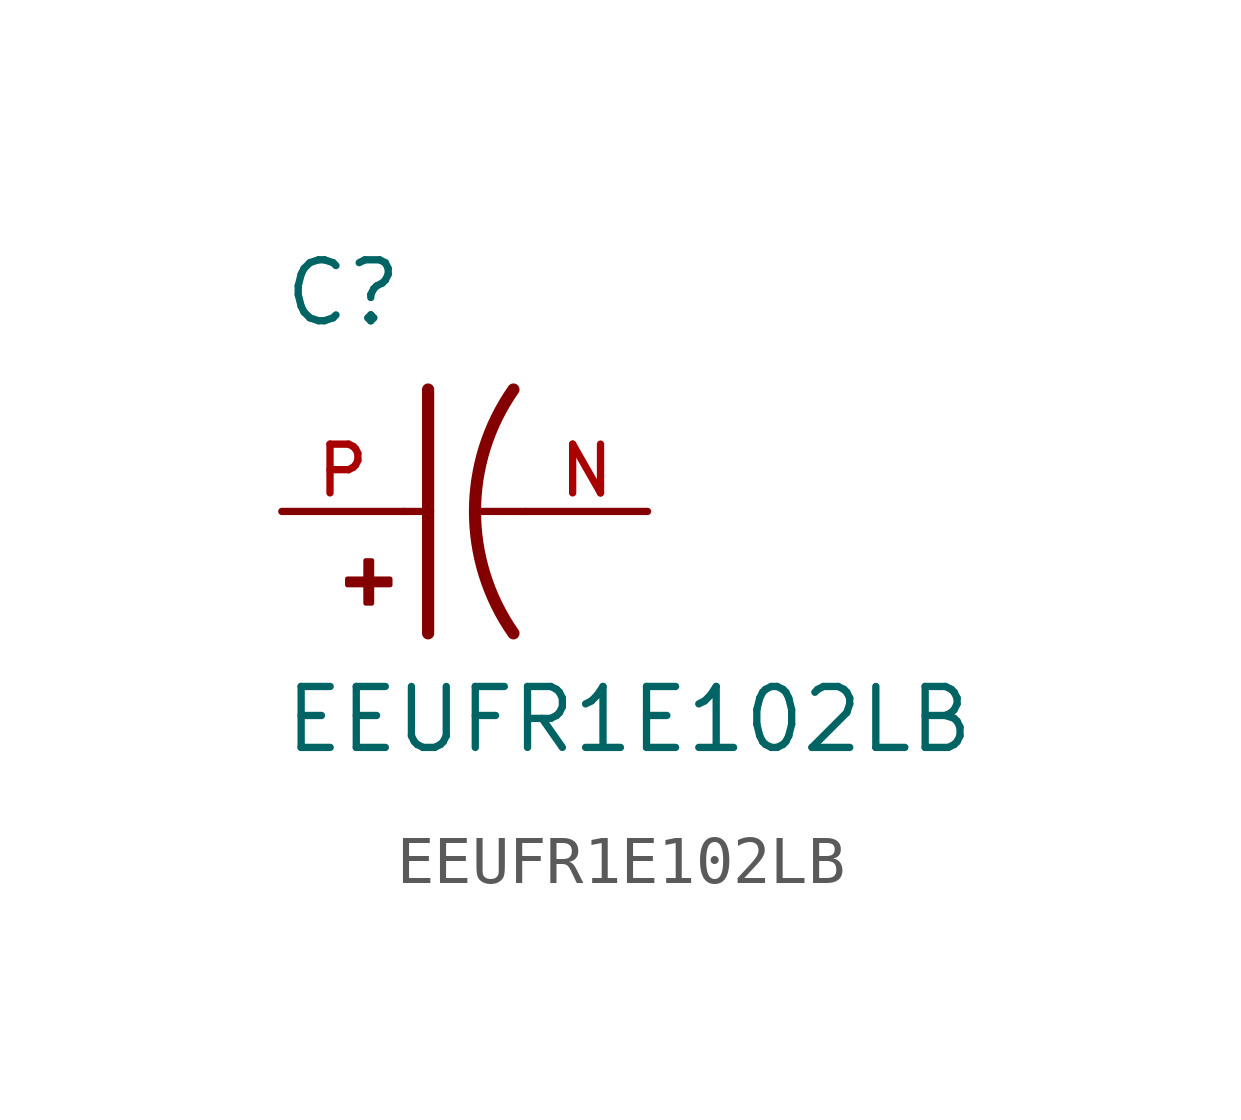
<source format=kicad_sym>
(kicad_symbol_lib
  (version 20211014)
  (generator kicad_symbol_editor)
  (symbol "EEUFR1E102LB"
    (pin_names
      (offset 1.016))
    (property "Reference" "C"
      (at -2.54 3.81 0)
      (effects (font (size 1.27 1.27)) (justify bottom left)))
    (property "Value" "EEUFR1E102LB"
      (at -2.54 -5.08 0)
      (effects (font (size 1.27 1.27)) (justify bottom left)))
    (symbol "EEUFR1E102LB_0_0"
      (arc (start 2.286 -2.54) (mid 1.4851 -0.0) (end 2.286 2.54) (stroke (width 0.254) (type default) (color 0 0 0 0)) (fill (type none)))
      (polyline (pts (xy 0.508 2.54) (xy 0.508 0.0)) (stroke (width 0.254)))
      (rectangle (start -1.173 -1.532) (end -0.284 -1.405) (stroke (width 0.1)) (fill (type outline)))
      (rectangle (start -0.792 -1.913) (end -0.665 -1.024) (stroke (width 0.1)) (fill (type outline)))
      (polyline (pts (xy 0.508 0.0) (xy 0.508 -2.54)) (stroke (width 0.254)))
      (polyline (pts (xy 0.0 0.0) (xy 0.508 0.0)) (stroke (width 0.152)))
      (polyline (pts (xy 2.54 0.0) (xy 1.524 0.0)) (stroke (width 0.152)))
      (pin passive line (at -2.54 0.0 0) (length 2.54) (name "~" (effects (font (size 1.016 1.016)))) (number "P" (effects (font (size 1.016 1.016)))))
      (pin passive line (at 5.08 0.0 180.0) (length 2.54) (name "~" (effects (font (size 1.016 1.016)))) (number "N" (effects (font (size 1.016 1.016))))))))
</source>
